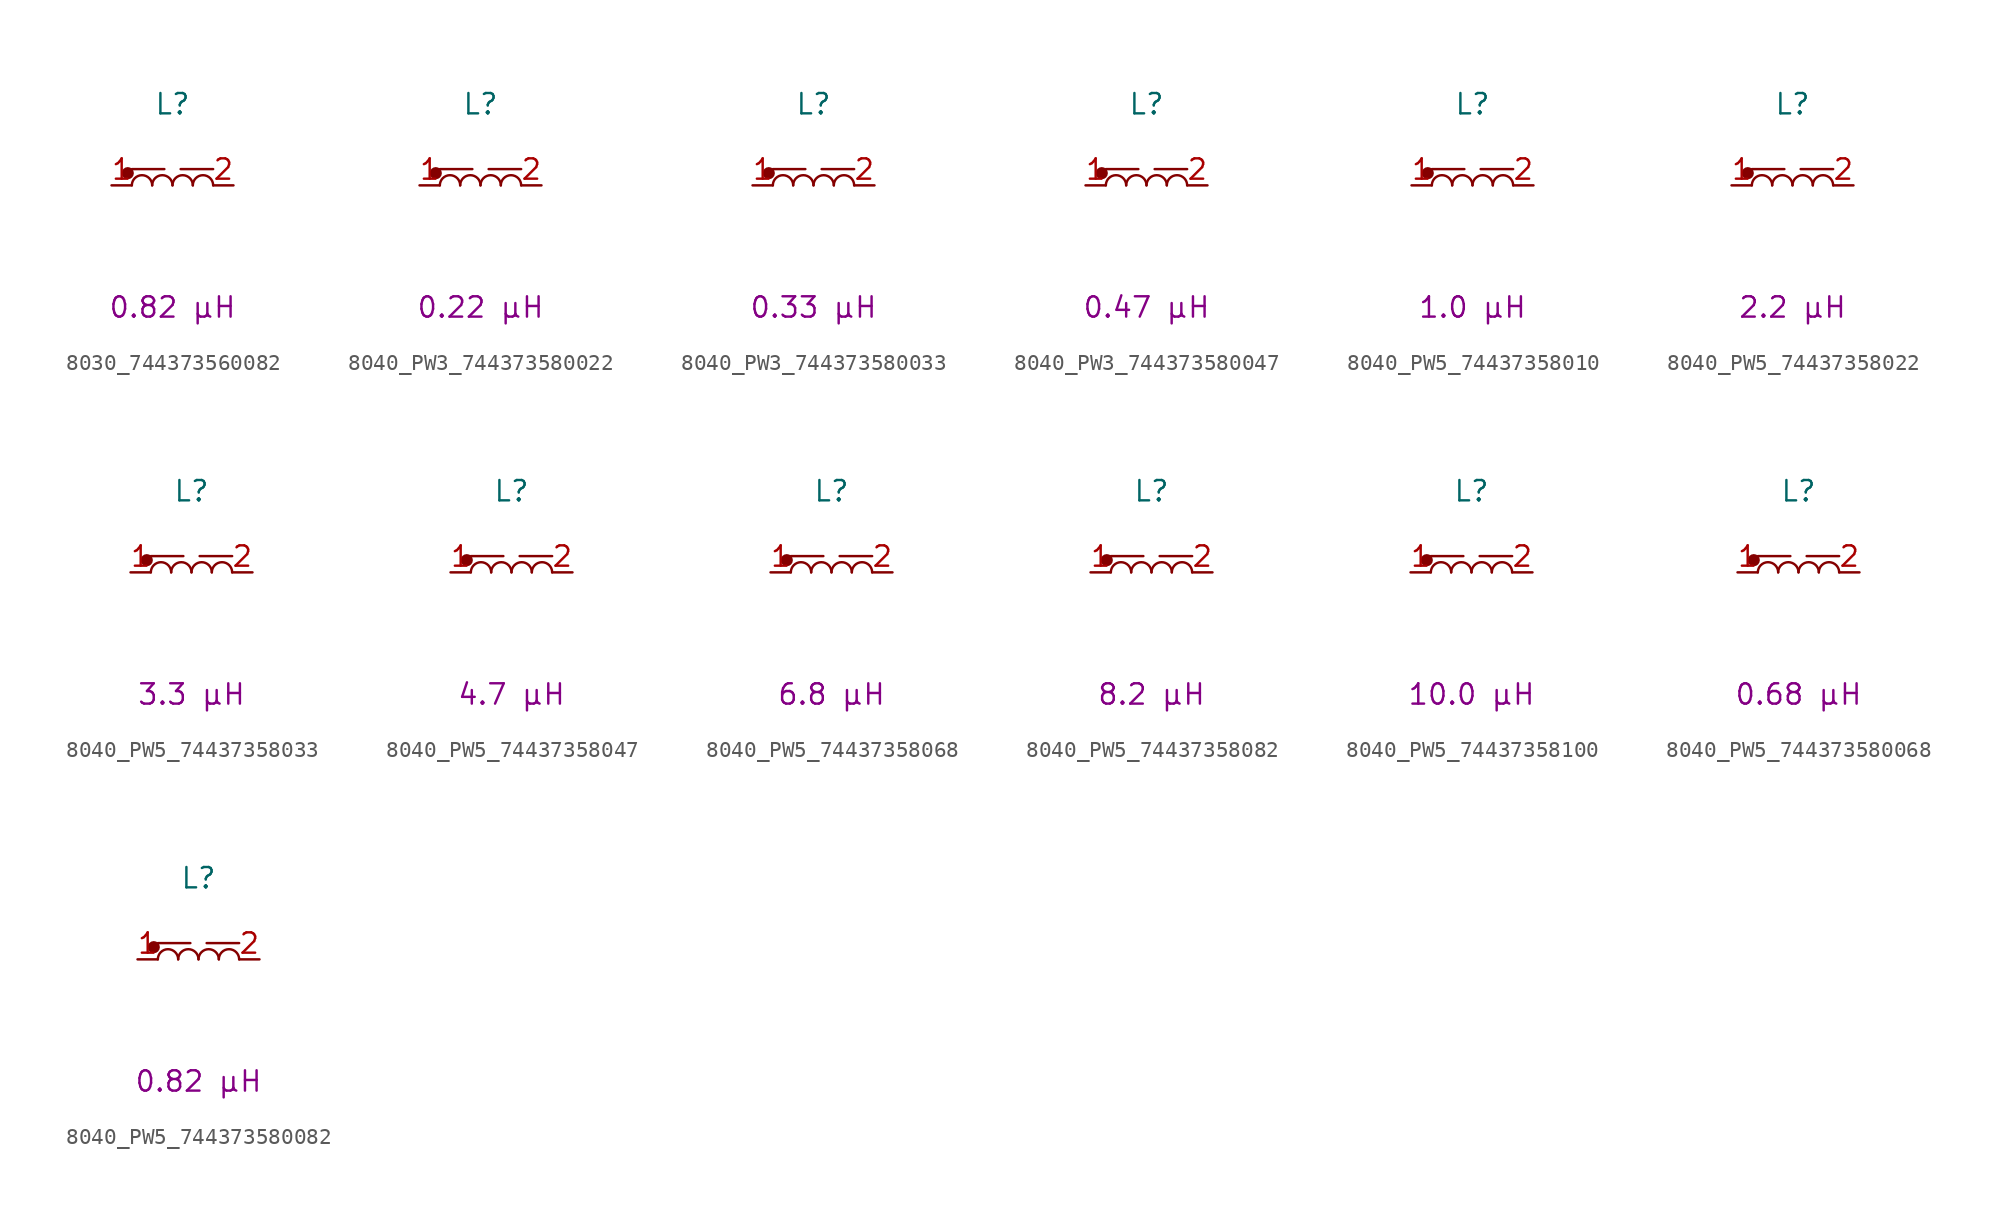
<source format=kicad_sym>
(kicad_symbol_lib
  (version 20220914)
  (generator kicad_symbol_editor)
  (symbol "8030_744373560082"
    (pin_names hide)
    (property "Reference" "L"
      (at 0 5.08 0)
      (effects (font (size 1.27 1.27))))
    (property "Critical Parameter" "0.82 µH"
      (at 0 -7.62 0)
      (effects (font (size 1.27 1.27))))
    (symbol "8030_744373560082_0_1"
      (arc (start -1.27 0) (mid -1.905 0.6323) (end -2.54 0) (stroke (width 0) (type default)) (fill (type none)))
      (arc (start 0 0) (mid -0.635 0.6323) (end -1.27 0) (stroke (width 0) (type default)) (fill (type none)))
      (polyline (pts (xy -2.54 1.016) (xy -0.508 1.016)) (stroke (width 0) (type default)) (fill (type none)))
      (arc (start 1.27 0) (mid 0.635 0.6323) (end 0 0) (stroke (width 0) (type default)) (fill (type none)))
      (arc (start 2.54 0) (mid 1.905 0.6323) (end 1.27 0) (stroke (width 0) (type default)) (fill (type none))))
    (symbol "8030_744373560082_1_1"
      (circle (center -2.794 0.762) (radius 0.0001) (stroke (width 0.381) (type default)) (fill (type none)))
      (polyline (pts (xy 2.54 1.016) (xy 0.508 1.016)) (stroke (width 0) (type default)) (fill (type none)))
      (pin passive line (at -3.81 0 0) (length 1.27) (name "1" (effects (font (size 1.27 1.27)))) (number "1" (effects (font (size 1.27 1.27)))))
      (pin passive line (at 3.81 0 180) (length 1.27) (name "2" (effects (font (size 1.27 1.27)))) (number "2" (effects (font (size 1.27 1.27)))))))
  (symbol "8040_PW3_744373580022"
    (pin_names hide)
    (property "Reference" "L"
      (at 0 5.08 0)
      (effects (font (size 1.27 1.27))))
    (property "Critical Parameter" "0.22 µH"
      (at 0 -7.62 0)
      (effects (font (size 1.27 1.27))))
    (symbol "8040_PW3_744373580022_0_1"
      (arc (start -1.27 0) (mid -1.905 0.6323) (end -2.54 0) (stroke (width 0) (type default)) (fill (type none)))
      (arc (start 0 0) (mid -0.635 0.6323) (end -1.27 0) (stroke (width 0) (type default)) (fill (type none)))
      (polyline (pts (xy -2.54 1.016) (xy -0.508 1.016)) (stroke (width 0) (type default)) (fill (type none)))
      (arc (start 1.27 0) (mid 0.635 0.6323) (end 0 0) (stroke (width 0) (type default)) (fill (type none)))
      (arc (start 2.54 0) (mid 1.905 0.6323) (end 1.27 0) (stroke (width 0) (type default)) (fill (type none))))
    (symbol "8040_PW3_744373580022_1_1"
      (circle (center -2.794 0.762) (radius 0.0001) (stroke (width 0.381) (type default)) (fill (type none)))
      (polyline (pts (xy 2.54 1.016) (xy 0.508 1.016)) (stroke (width 0) (type default)) (fill (type none)))
      (pin passive line (at -3.81 0 0) (length 1.27) (name "1" (effects (font (size 1.27 1.27)))) (number "1" (effects (font (size 1.27 1.27)))))
      (pin passive line (at 3.81 0 180) (length 1.27) (name "2" (effects (font (size 1.27 1.27)))) (number "2" (effects (font (size 1.27 1.27)))))))
  (symbol "8040_PW3_744373580033"
    (pin_names hide)
    (property "Reference" "L"
      (at 0 5.08 0)
      (effects (font (size 1.27 1.27))))
    (property "Critical Parameter" "0.33 µH"
      (at 0 -7.62 0)
      (effects (font (size 1.27 1.27))))
    (symbol "8040_PW3_744373580033_0_1"
      (arc (start -1.27 0) (mid -1.905 0.6323) (end -2.54 0) (stroke (width 0) (type default)) (fill (type none)))
      (arc (start 0 0) (mid -0.635 0.6323) (end -1.27 0) (stroke (width 0) (type default)) (fill (type none)))
      (polyline (pts (xy -2.54 1.016) (xy -0.508 1.016)) (stroke (width 0) (type default)) (fill (type none)))
      (arc (start 1.27 0) (mid 0.635 0.6323) (end 0 0) (stroke (width 0) (type default)) (fill (type none)))
      (arc (start 2.54 0) (mid 1.905 0.6323) (end 1.27 0) (stroke (width 0) (type default)) (fill (type none))))
    (symbol "8040_PW3_744373580033_1_1"
      (circle (center -2.794 0.762) (radius 0.0001) (stroke (width 0.381) (type default)) (fill (type none)))
      (polyline (pts (xy 2.54 1.016) (xy 0.508 1.016)) (stroke (width 0) (type default)) (fill (type none)))
      (pin passive line (at -3.81 0 0) (length 1.27) (name "1" (effects (font (size 1.27 1.27)))) (number "1" (effects (font (size 1.27 1.27)))))
      (pin passive line (at 3.81 0 180) (length 1.27) (name "2" (effects (font (size 1.27 1.27)))) (number "2" (effects (font (size 1.27 1.27)))))))
  (symbol "8040_PW3_744373580047"
    (pin_names hide)
    (property "Reference" "L"
      (at 0 5.08 0)
      (effects (font (size 1.27 1.27))))
    (property "Critical Parameter" "0.47 µH"
      (at 0 -7.62 0)
      (effects (font (size 1.27 1.27))))
    (symbol "8040_PW3_744373580047_0_1"
      (arc (start -1.27 0) (mid -1.905 0.6323) (end -2.54 0) (stroke (width 0) (type default)) (fill (type none)))
      (arc (start 0 0) (mid -0.635 0.6323) (end -1.27 0) (stroke (width 0) (type default)) (fill (type none)))
      (polyline (pts (xy -2.54 1.016) (xy -0.508 1.016)) (stroke (width 0) (type default)) (fill (type none)))
      (arc (start 1.27 0) (mid 0.635 0.6323) (end 0 0) (stroke (width 0) (type default)) (fill (type none)))
      (arc (start 2.54 0) (mid 1.905 0.6323) (end 1.27 0) (stroke (width 0) (type default)) (fill (type none))))
    (symbol "8040_PW3_744373580047_1_1"
      (circle (center -2.794 0.762) (radius 0.0001) (stroke (width 0.381) (type default)) (fill (type none)))
      (polyline (pts (xy 2.54 1.016) (xy 0.508 1.016)) (stroke (width 0) (type default)) (fill (type none)))
      (pin passive line (at -3.81 0 0) (length 1.27) (name "1" (effects (font (size 1.27 1.27)))) (number "1" (effects (font (size 1.27 1.27)))))
      (pin passive line (at 3.81 0 180) (length 1.27) (name "2" (effects (font (size 1.27 1.27)))) (number "2" (effects (font (size 1.27 1.27)))))))
  (symbol "8040_PW5_74437358010"
    (pin_names hide)
    (property "Reference" "L"
      (at 0 5.08 0)
      (effects (font (size 1.27 1.27))))
    (property "Critical Parameter" "1.0 µH"
      (at 0 -7.62 0)
      (effects (font (size 1.27 1.27))))
    (symbol "8040_PW5_74437358010_0_1"
      (arc (start -1.27 0) (mid -1.905 0.6323) (end -2.54 0) (stroke (width 0) (type default)) (fill (type none)))
      (arc (start 0 0) (mid -0.635 0.6323) (end -1.27 0) (stroke (width 0) (type default)) (fill (type none)))
      (polyline (pts (xy -2.54 1.016) (xy -0.508 1.016)) (stroke (width 0) (type default)) (fill (type none)))
      (arc (start 1.27 0) (mid 0.635 0.6323) (end 0 0) (stroke (width 0) (type default)) (fill (type none)))
      (arc (start 2.54 0) (mid 1.905 0.6323) (end 1.27 0) (stroke (width 0) (type default)) (fill (type none))))
    (symbol "8040_PW5_74437358010_1_1"
      (circle (center -2.794 0.762) (radius 0.0001) (stroke (width 0.381) (type default)) (fill (type none)))
      (polyline (pts (xy 2.54 1.016) (xy 0.508 1.016)) (stroke (width 0) (type default)) (fill (type none)))
      (pin passive line (at -3.81 0 0) (length 1.27) (name "1" (effects (font (size 1.27 1.27)))) (number "1" (effects (font (size 1.27 1.27)))))
      (pin passive line (at 3.81 0 180) (length 1.27) (name "2" (effects (font (size 1.27 1.27)))) (number "2" (effects (font (size 1.27 1.27)))))))
  (symbol "8040_PW5_74437358022"
    (pin_names hide)
    (property "Reference" "L"
      (at 0 5.08 0)
      (effects (font (size 1.27 1.27))))
    (property "Critical Parameter" "2.2 µH"
      (at 0 -7.62 0)
      (effects (font (size 1.27 1.27))))
    (symbol "8040_PW5_74437358022_0_1"
      (arc (start -1.27 0) (mid -1.905 0.6323) (end -2.54 0) (stroke (width 0) (type default)) (fill (type none)))
      (arc (start 0 0) (mid -0.635 0.6323) (end -1.27 0) (stroke (width 0) (type default)) (fill (type none)))
      (polyline (pts (xy -2.54 1.016) (xy -0.508 1.016)) (stroke (width 0) (type default)) (fill (type none)))
      (arc (start 1.27 0) (mid 0.635 0.6323) (end 0 0) (stroke (width 0) (type default)) (fill (type none)))
      (arc (start 2.54 0) (mid 1.905 0.6323) (end 1.27 0) (stroke (width 0) (type default)) (fill (type none))))
    (symbol "8040_PW5_74437358022_1_1"
      (circle (center -2.794 0.762) (radius 0.0001) (stroke (width 0.381) (type default)) (fill (type none)))
      (polyline (pts (xy 2.54 1.016) (xy 0.508 1.016)) (stroke (width 0) (type default)) (fill (type none)))
      (pin passive line (at -3.81 0 0) (length 1.27) (name "1" (effects (font (size 1.27 1.27)))) (number "1" (effects (font (size 1.27 1.27)))))
      (pin passive line (at 3.81 0 180) (length 1.27) (name "2" (effects (font (size 1.27 1.27)))) (number "2" (effects (font (size 1.27 1.27)))))))
  (symbol "8040_PW5_74437358033"
    (pin_names hide)
    (property "Reference" "L"
      (at 0 5.08 0)
      (effects (font (size 1.27 1.27))))
    (property "Critical Parameter" "3.3 µH"
      (at 0 -7.62 0)
      (effects (font (size 1.27 1.27))))
    (symbol "8040_PW5_74437358033_0_1"
      (arc (start -1.27 0) (mid -1.905 0.6323) (end -2.54 0) (stroke (width 0) (type default)) (fill (type none)))
      (arc (start 0 0) (mid -0.635 0.6323) (end -1.27 0) (stroke (width 0) (type default)) (fill (type none)))
      (polyline (pts (xy -2.54 1.016) (xy -0.508 1.016)) (stroke (width 0) (type default)) (fill (type none)))
      (arc (start 1.27 0) (mid 0.635 0.6323) (end 0 0) (stroke (width 0) (type default)) (fill (type none)))
      (arc (start 2.54 0) (mid 1.905 0.6323) (end 1.27 0) (stroke (width 0) (type default)) (fill (type none))))
    (symbol "8040_PW5_74437358033_1_1"
      (circle (center -2.794 0.762) (radius 0.0001) (stroke (width 0.381) (type default)) (fill (type none)))
      (polyline (pts (xy 2.54 1.016) (xy 0.508 1.016)) (stroke (width 0) (type default)) (fill (type none)))
      (pin passive line (at -3.81 0 0) (length 1.27) (name "1" (effects (font (size 1.27 1.27)))) (number "1" (effects (font (size 1.27 1.27)))))
      (pin passive line (at 3.81 0 180) (length 1.27) (name "2" (effects (font (size 1.27 1.27)))) (number "2" (effects (font (size 1.27 1.27)))))))
  (symbol "8040_PW5_74437358047"
    (pin_names hide)
    (property "Reference" "L"
      (at 0 5.08 0)
      (effects (font (size 1.27 1.27))))
    (property "Critical Parameter" "4.7 µH"
      (at 0 -7.62 0)
      (effects (font (size 1.27 1.27))))
    (symbol "8040_PW5_74437358047_0_1"
      (arc (start -1.27 0) (mid -1.905 0.6323) (end -2.54 0) (stroke (width 0) (type default)) (fill (type none)))
      (arc (start 0 0) (mid -0.635 0.6323) (end -1.27 0) (stroke (width 0) (type default)) (fill (type none)))
      (polyline (pts (xy -2.54 1.016) (xy -0.508 1.016)) (stroke (width 0) (type default)) (fill (type none)))
      (arc (start 1.27 0) (mid 0.635 0.6323) (end 0 0) (stroke (width 0) (type default)) (fill (type none)))
      (arc (start 2.54 0) (mid 1.905 0.6323) (end 1.27 0) (stroke (width 0) (type default)) (fill (type none))))
    (symbol "8040_PW5_74437358047_1_1"
      (circle (center -2.794 0.762) (radius 0.0001) (stroke (width 0.381) (type default)) (fill (type none)))
      (polyline (pts (xy 2.54 1.016) (xy 0.508 1.016)) (stroke (width 0) (type default)) (fill (type none)))
      (pin passive line (at -3.81 0 0) (length 1.27) (name "1" (effects (font (size 1.27 1.27)))) (number "1" (effects (font (size 1.27 1.27)))))
      (pin passive line (at 3.81 0 180) (length 1.27) (name "2" (effects (font (size 1.27 1.27)))) (number "2" (effects (font (size 1.27 1.27)))))))
  (symbol "8040_PW5_74437358068"
    (pin_names hide)
    (property "Reference" "L"
      (at 0 5.08 0)
      (effects (font (size 1.27 1.27))))
    (property "Critical Parameter" "6.8 µH"
      (at 0 -7.62 0)
      (effects (font (size 1.27 1.27))))
    (symbol "8040_PW5_74437358068_0_1"
      (arc (start -1.27 0) (mid -1.905 0.6323) (end -2.54 0) (stroke (width 0) (type default)) (fill (type none)))
      (arc (start 0 0) (mid -0.635 0.6323) (end -1.27 0) (stroke (width 0) (type default)) (fill (type none)))
      (polyline (pts (xy -2.54 1.016) (xy -0.508 1.016)) (stroke (width 0) (type default)) (fill (type none)))
      (arc (start 1.27 0) (mid 0.635 0.6323) (end 0 0) (stroke (width 0) (type default)) (fill (type none)))
      (arc (start 2.54 0) (mid 1.905 0.6323) (end 1.27 0) (stroke (width 0) (type default)) (fill (type none))))
    (symbol "8040_PW5_74437358068_1_1"
      (circle (center -2.794 0.762) (radius 0.0001) (stroke (width 0.381) (type default)) (fill (type none)))
      (polyline (pts (xy 2.54 1.016) (xy 0.508 1.016)) (stroke (width 0) (type default)) (fill (type none)))
      (pin passive line (at -3.81 0 0) (length 1.27) (name "1" (effects (font (size 1.27 1.27)))) (number "1" (effects (font (size 1.27 1.27)))))
      (pin passive line (at 3.81 0 180) (length 1.27) (name "2" (effects (font (size 1.27 1.27)))) (number "2" (effects (font (size 1.27 1.27)))))))
  (symbol "8040_PW5_74437358082"
    (pin_names hide)
    (property "Reference" "L"
      (at 0 5.08 0)
      (effects (font (size 1.27 1.27))))
    (property "Critical Parameter" "8.2 µH"
      (at 0 -7.62 0)
      (effects (font (size 1.27 1.27))))
    (symbol "8040_PW5_74437358082_0_1"
      (arc (start -1.27 0) (mid -1.905 0.6323) (end -2.54 0) (stroke (width 0) (type default)) (fill (type none)))
      (arc (start 0 0) (mid -0.635 0.6323) (end -1.27 0) (stroke (width 0) (type default)) (fill (type none)))
      (polyline (pts (xy -2.54 1.016) (xy -0.508 1.016)) (stroke (width 0) (type default)) (fill (type none)))
      (arc (start 1.27 0) (mid 0.635 0.6323) (end 0 0) (stroke (width 0) (type default)) (fill (type none)))
      (arc (start 2.54 0) (mid 1.905 0.6323) (end 1.27 0) (stroke (width 0) (type default)) (fill (type none))))
    (symbol "8040_PW5_74437358082_1_1"
      (circle (center -2.794 0.762) (radius 0.0001) (stroke (width 0.381) (type default)) (fill (type none)))
      (polyline (pts (xy 2.54 1.016) (xy 0.508 1.016)) (stroke (width 0) (type default)) (fill (type none)))
      (pin passive line (at -3.81 0 0) (length 1.27) (name "1" (effects (font (size 1.27 1.27)))) (number "1" (effects (font (size 1.27 1.27)))))
      (pin passive line (at 3.81 0 180) (length 1.27) (name "2" (effects (font (size 1.27 1.27)))) (number "2" (effects (font (size 1.27 1.27)))))))
  (symbol "8040_PW5_74437358100"
    (pin_names hide)
    (property "Reference" "L"
      (at 0 5.08 0)
      (effects (font (size 1.27 1.27))))
    (property "Critical Parameter" "10.0 µH"
      (at 0 -7.62 0)
      (effects (font (size 1.27 1.27))))
    (symbol "8040_PW5_74437358100_0_1"
      (arc (start -1.27 0) (mid -1.905 0.6323) (end -2.54 0) (stroke (width 0) (type default)) (fill (type none)))
      (arc (start 0 0) (mid -0.635 0.6323) (end -1.27 0) (stroke (width 0) (type default)) (fill (type none)))
      (polyline (pts (xy -2.54 1.016) (xy -0.508 1.016)) (stroke (width 0) (type default)) (fill (type none)))
      (arc (start 1.27 0) (mid 0.635 0.6323) (end 0 0) (stroke (width 0) (type default)) (fill (type none)))
      (arc (start 2.54 0) (mid 1.905 0.6323) (end 1.27 0) (stroke (width 0) (type default)) (fill (type none))))
    (symbol "8040_PW5_74437358100_1_1"
      (circle (center -2.794 0.762) (radius 0.0001) (stroke (width 0.381) (type default)) (fill (type none)))
      (polyline (pts (xy 2.54 1.016) (xy 0.508 1.016)) (stroke (width 0) (type default)) (fill (type none)))
      (pin passive line (at -3.81 0 0) (length 1.27) (name "1" (effects (font (size 1.27 1.27)))) (number "1" (effects (font (size 1.27 1.27)))))
      (pin passive line (at 3.81 0 180) (length 1.27) (name "2" (effects (font (size 1.27 1.27)))) (number "2" (effects (font (size 1.27 1.27)))))))
  (symbol "8040_PW5_744373580068"
    (pin_names hide)
    (property "Reference" "L"
      (at 0 5.08 0)
      (effects (font (size 1.27 1.27))))
    (property "Critical Parameter" "0.68 µH"
      (at 0 -7.62 0)
      (effects (font (size 1.27 1.27))))
    (symbol "8040_PW5_744373580068_0_1"
      (arc (start -1.27 0) (mid -1.905 0.6323) (end -2.54 0) (stroke (width 0) (type default)) (fill (type none)))
      (arc (start 0 0) (mid -0.635 0.6323) (end -1.27 0) (stroke (width 0) (type default)) (fill (type none)))
      (polyline (pts (xy -2.54 1.016) (xy -0.508 1.016)) (stroke (width 0) (type default)) (fill (type none)))
      (arc (start 1.27 0) (mid 0.635 0.6323) (end 0 0) (stroke (width 0) (type default)) (fill (type none)))
      (arc (start 2.54 0) (mid 1.905 0.6323) (end 1.27 0) (stroke (width 0) (type default)) (fill (type none))))
    (symbol "8040_PW5_744373580068_1_1"
      (circle (center -2.794 0.762) (radius 0.0001) (stroke (width 0.381) (type default)) (fill (type none)))
      (polyline (pts (xy 2.54 1.016) (xy 0.508 1.016)) (stroke (width 0) (type default)) (fill (type none)))
      (pin passive line (at -3.81 0 0) (length 1.27) (name "1" (effects (font (size 1.27 1.27)))) (number "1" (effects (font (size 1.27 1.27)))))
      (pin passive line (at 3.81 0 180) (length 1.27) (name "2" (effects (font (size 1.27 1.27)))) (number "2" (effects (font (size 1.27 1.27)))))))
  (symbol "8040_PW5_744373580082"
    (pin_names hide)
    (property "Reference" "L"
      (at 0 5.08 0)
      (effects (font (size 1.27 1.27))))
    (property "Critical Parameter" "0.82 µH"
      (at 0 -7.62 0)
      (effects (font (size 1.27 1.27))))
    (symbol "8040_PW5_744373580082_0_1"
      (arc (start -1.27 0) (mid -1.905 0.6323) (end -2.54 0) (stroke (width 0) (type default)) (fill (type none)))
      (arc (start 0 0) (mid -0.635 0.6323) (end -1.27 0) (stroke (width 0) (type default)) (fill (type none)))
      (polyline (pts (xy -2.54 1.016) (xy -0.508 1.016)) (stroke (width 0) (type default)) (fill (type none)))
      (arc (start 1.27 0) (mid 0.635 0.6323) (end 0 0) (stroke (width 0) (type default)) (fill (type none)))
      (arc (start 2.54 0) (mid 1.905 0.6323) (end 1.27 0) (stroke (width 0) (type default)) (fill (type none))))
    (symbol "8040_PW5_744373580082_1_1"
      (circle (center -2.794 0.762) (radius 0.0001) (stroke (width 0.381) (type default)) (fill (type none)))
      (polyline (pts (xy 2.54 1.016) (xy 0.508 1.016)) (stroke (width 0) (type default)) (fill (type none)))
      (pin passive line (at -3.81 0 0) (length 1.27) (name "1" (effects (font (size 1.27 1.27)))) (number "1" (effects (font (size 1.27 1.27)))))
      (pin passive line (at 3.81 0 180) (length 1.27) (name "2" (effects (font (size 1.27 1.27)))) (number "2" (effects (font (size 1.27 1.27))))))))
</source>
